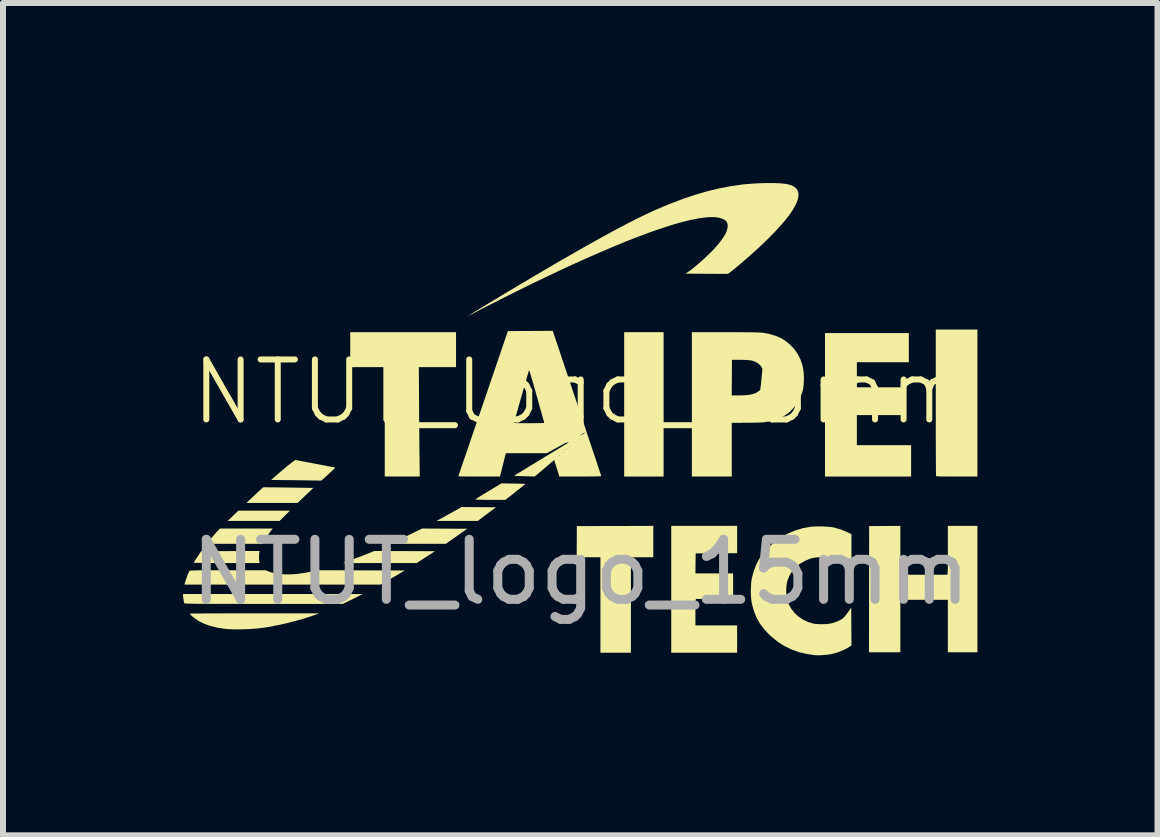
<source format=kicad_pcb>
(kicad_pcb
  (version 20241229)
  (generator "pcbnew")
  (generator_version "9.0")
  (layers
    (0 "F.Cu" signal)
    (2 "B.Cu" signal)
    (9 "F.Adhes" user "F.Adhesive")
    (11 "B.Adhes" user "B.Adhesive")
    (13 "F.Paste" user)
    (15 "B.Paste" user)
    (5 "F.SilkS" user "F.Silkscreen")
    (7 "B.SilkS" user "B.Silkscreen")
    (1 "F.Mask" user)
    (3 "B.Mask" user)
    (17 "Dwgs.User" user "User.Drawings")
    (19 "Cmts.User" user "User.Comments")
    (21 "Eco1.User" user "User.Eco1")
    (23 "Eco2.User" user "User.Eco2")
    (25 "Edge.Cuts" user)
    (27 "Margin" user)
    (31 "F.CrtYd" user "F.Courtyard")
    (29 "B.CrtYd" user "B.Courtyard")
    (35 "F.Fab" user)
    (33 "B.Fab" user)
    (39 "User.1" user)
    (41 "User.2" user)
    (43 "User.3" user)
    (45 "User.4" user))
  (footprint "NTUT_logo_15mm"
    (layer "F.Cu")
    (at 6.626 3.982)
    (property "Reference" "NTUT_logo_15mm" (at 0 -0.5 0) (unlocked yes) (layer "F.SilkS") (effects (font (size 1 1) (thickness 0.1))))
    (attr smd)
    (fp_poly (pts (xy -1.883 -1.762) (xy -1.886 -1.758) (xy -1.89 -1.762) (xy -1.886 -1.766)) (stroke (width 0) (type solid)) (fill yes) (layer "F.SilkS"))
    (fp_poly (pts (xy -1.868 -1.769) (xy -1.871 -1.766) (xy -1.875 -1.769) (xy -1.871 -1.773)) (stroke (width 0) (type solid)) (fill yes) (layer "F.SilkS"))
    (fp_poly (pts (xy -4.931 1.563) (xy -5.016 1.648) (xy -5.45 1.648) (xy -5.883 1.648) (xy -5.793 1.563) (xy -5.704 1.477) (xy -5.274 1.477) (xy -4.845 1.477)) (stroke (width 0) (type solid)) (fill yes) (layer "F.SilkS"))
    (fp_poly (pts (xy 1.382 -0.294) (xy 1.382 0.909) (xy 1.053 0.909) (xy 0.725 0.909) (xy 0.725 -0.294) (xy 0.725 -1.497) (xy 1.053 -1.497) (xy 1.382 -1.497)) (stroke (width 0) (type solid)) (fill yes) (layer "F.SilkS"))
    (fp_poly (pts (xy -2.933 2.151) (xy -2.428 2.153) (xy -2.581 2.252) (xy -2.734 2.351) (xy -3.349 2.35) (xy -3.963 2.35) (xy -3.814 2.295) (xy -3.76 2.275) (xy -3.701 2.253) (xy -3.643 2.231) (xy -3.59 2.21) (xy -3.551 2.195) (xy -3.438 2.149)) (stroke (width 0) (type solid)) (fill yes) (layer "F.SilkS"))
    (fp_poly (pts (xy -1.699 1.419) (xy -1.411 1.421) (xy -1.563 1.534) (xy -1.714 1.648) (xy -2.058 1.648) (xy -2.401 1.648) (xy -2.24 1.56) (xy -2.192 1.533) (xy -2.146 1.508) (xy -2.104 1.484) (xy -2.069 1.465) (xy -2.042 1.45) (xy -2.032 1.444) (xy -1.986 1.417)) (stroke (width 0) (type solid)) (fill yes) (layer "F.SilkS"))
    (fp_poly (pts (xy -2.267 1.777) (xy -1.892 1.779) (xy -2.068 1.904) (xy -2.245 2.029) (xy -2.704 2.029) (xy -3.164 2.029) (xy -3.13 2.013) (xy -3.115 2.006) (xy -3.089 1.993) (xy -3.053 1.975) (xy -3.009 1.954) (xy -2.959 1.93) (xy -2.906 1.904) (xy -2.869 1.886) (xy -2.642 1.775)) (stroke (width 0) (type solid)) (fill yes) (layer "F.SilkS"))
    (fp_poly (pts (xy 1.21 1.992) (xy 1.21 2.254) (xy 1.023 2.254) (xy 0.837 2.254) (xy 0.837 3.049) (xy 0.837 3.845) (xy 0.583 3.845) (xy 0.329 3.845) (xy 0.329 3.049) (xy 0.329 2.254) (xy 0.131 2.254) (xy -0.067 2.254) (xy -0.065 1.994) (xy -0.064 1.734) (xy 0.573 1.733) (xy 1.21 1.731)) (stroke (width 0) (type solid)) (fill yes) (layer "F.SilkS"))
    (fp_poly (pts (xy 5.468 -1.239) (xy 5.468 -0.996) (xy 5.035 -0.996) (xy 4.602 -0.996) (xy 4.602 -0.787) (xy 4.602 -0.578) (xy 5.002 -0.578) (xy 5.401 -0.578) (xy 5.401 -0.346) (xy 5.401 -0.115) (xy 5.002 -0.115) (xy 4.602 -0.115) (xy 4.602 0.136) (xy 4.602 0.386) (xy 5.054 0.386) (xy 5.506 0.386) (xy 5.506 0.647) (xy 5.506 0.909) (xy 4.789 0.909) (xy 4.071 0.909) (xy 4.071 -0.286) (xy 4.071 -1.482) (xy 4.77 -1.482) (xy 5.468 -1.482)) (stroke (width 0) (type solid)) (fill yes) (layer "F.SilkS"))
    (fp_poly (pts (xy -5.355 2.173) (xy -5.358 2.199) (xy -5.36 2.233) (xy -5.36 2.27) (xy -5.358 2.304) (xy -5.355 2.326) (xy -5.349 2.351) (xy -5.898 2.351) (xy -5.987 2.351) (xy -6.072 2.35) (xy -6.151 2.35) (xy -6.223 2.349) (xy -6.287 2.349) (xy -6.342 2.348) (xy -6.387 2.347) (xy -6.42 2.346) (xy -6.44 2.345) (xy -6.447 2.344) (xy -6.443 2.336) (xy -6.432 2.318) (xy -6.416 2.292) (xy -6.396 2.261) (xy -6.385 2.245) (xy -6.324 2.153) (xy -5.837 2.151) (xy -5.349 2.149)) (stroke (width 0) (type solid)) (fill yes) (layer "F.SilkS"))
    (fp_poly (pts (xy -4.873 1.092) (xy -4.796 1.093) (xy -4.723 1.094) (xy -4.656 1.095) (xy -4.597 1.096) (xy -4.546 1.097) (xy -4.505 1.097) (xy -4.476 1.098) (xy -4.459 1.098) (xy -4.455 1.098) (xy -4.46 1.104) (xy -4.475 1.118) (xy -4.497 1.139) (xy -4.526 1.167) (xy -4.559 1.199) (xy -4.586 1.224) (xy -4.718 1.349) (xy -5.144 1.349) (xy -5.569 1.349) (xy -5.491 1.274) (xy -5.456 1.241) (xy -5.418 1.205) (xy -5.382 1.171) (xy -5.352 1.144) (xy -5.351 1.143) (xy -5.29 1.087)) (stroke (width 0) (type solid)) (fill yes) (layer "F.SilkS"))
    (fp_poly (pts (xy -2.077 -1.205) (xy -2.077 -0.914) (xy -2.387 -0.914) (xy -2.697 -0.914) (xy -2.693 -0.307) (xy -2.693 -0.203) (xy -2.692 -0.097) (xy -2.691 0.01) (xy -2.69 0.115) (xy -2.689 0.218) (xy -2.688 0.315) (xy -2.688 0.405) (xy -2.687 0.485) (xy -2.686 0.555) (xy -2.685 0.604) (xy -2.682 0.909) (xy -2.973 0.909) (xy -3.265 0.909) (xy -3.265 -0.003) (xy -3.265 -0.914) (xy -3.552 -0.914) (xy -3.84 -0.914) (xy -3.84 -1.205) (xy -3.84 -1.497) (xy -2.958 -1.497) (xy -2.077 -1.497)) (stroke (width 0) (type solid)) (fill yes) (layer "F.SilkS"))
    (fp_poly (pts (xy -5.189 1.851) (xy -5.214 1.886) (xy -5.239 1.923) (xy -5.26 1.956) (xy -5.273 1.978) (xy -5.3 2.029) (xy -5.767 2.029) (xy -5.862 2.029) (xy -5.943 2.029) (xy -6.011 2.029) (xy -6.068 2.029) (xy -6.113 2.029) (xy -6.15 2.028) (xy -6.177 2.027) (xy -6.197 2.026) (xy -6.211 2.025) (xy -6.219 2.023) (xy -6.223 2.021) (xy -6.223 2.019) (xy -6.222 2.016) (xy -6.213 2.006) (xy -6.197 1.986) (xy -6.175 1.961) (xy -6.152 1.932) (xy -6.124 1.9) (xy -6.095 1.866) (xy -6.069 1.836) (xy -6.052 1.818) (xy -6.012 1.775) (xy -5.572 1.775) (xy -5.132 1.775)) (stroke (width 0) (type solid)) (fill yes) (layer "F.SilkS"))
    (fp_poly (pts (xy 6.611 -0.316) (xy 6.611 0.909) (xy 6.269 0.909) (xy 6.187 0.909) (xy 6.12 0.909) (xy 6.065 0.908) (xy 6.021 0.908) (xy 5.987 0.907) (xy 5.962 0.906) (xy 5.944 0.905) (xy 5.932 0.903) (xy 5.925 0.901) (xy 5.922 0.898) (xy 5.921 0.897) (xy 5.921 0.888) (xy 5.92 0.866) (xy 5.92 0.829) (xy 5.919 0.781) (xy 5.919 0.72) (xy 5.919 0.649) (xy 5.918 0.567) (xy 5.918 0.476) (xy 5.918 0.377) (xy 5.917 0.269) (xy 5.917 0.155) (xy 5.917 0.034) (xy 5.917 -0.091) (xy 5.917 -0.222) (xy 5.917 -0.328) (xy 5.917 -1.541) (xy 6.264 -1.541) (xy 6.611 -1.541)) (stroke (width 0) (type solid)) (fill yes) (layer "F.SilkS"))
    (fp_poly (pts (xy -4.425 0.695) (xy -4.357 0.708) (xy -4.293 0.72) (xy -4.235 0.731) (xy -4.185 0.74) (xy -4.144 0.749) (xy -4.114 0.755) (xy -4.095 0.759) (xy -4.09 0.761) (xy -4.094 0.767) (xy -4.108 0.781) (xy -4.13 0.802) (xy -4.158 0.829) (xy -4.191 0.859) (xy -4.204 0.871) (xy -4.322 0.977) (xy -4.46 0.974) (xy -4.501 0.974) (xy -4.554 0.973) (xy -4.616 0.972) (xy -4.684 0.971) (xy -4.756 0.97) (xy -4.828 0.969) (xy -4.878 0.969) (xy -5.157 0.965) (xy -5.072 0.89) (xy -5.029 0.852) (xy -4.984 0.814) (xy -4.939 0.776) (xy -4.895 0.74) (xy -4.855 0.707) (xy -4.821 0.68) (xy -4.795 0.66) (xy -4.782 0.651) (xy -4.755 0.633)) (stroke (width 0) (type solid)) (fill yes) (layer "F.SilkS"))
    (fp_poly (pts (xy -1.121 1.026) (xy -1.068 1.027) (xy -1.02 1.028) (xy -0.98 1.029) (xy -0.949 1.03) (xy -0.928 1.031) (xy -0.921 1.031) (xy -0.926 1.036) (xy -0.941 1.049) (xy -0.964 1.067) (xy -0.993 1.091) (xy -1.027 1.118) (xy -1.063 1.146) (xy -1.099 1.175) (xy -1.134 1.203) (xy -1.166 1.228) (xy -1.193 1.249) (xy -1.205 1.258) (xy -1.257 1.298) (xy -1.506 1.297) (xy -1.566 1.297) (xy -1.62 1.296) (xy -1.667 1.295) (xy -1.706 1.294) (xy -1.735 1.293) (xy -1.752 1.292) (xy -1.756 1.291) (xy -1.749 1.286) (xy -1.732 1.274) (xy -1.704 1.256) (xy -1.669 1.234) (xy -1.626 1.207) (xy -1.578 1.178) (xy -1.537 1.153) (xy -1.319 1.022)) (stroke (width 0) (type solid)) (fill yes) (layer "F.SilkS"))
    (fp_poly (pts (xy -5.13 2.866) (xy -3.634 2.867) (xy -3.687 2.894) (xy -3.712 2.907) (xy -3.747 2.925) (xy -3.788 2.945) (xy -3.831 2.966) (xy -3.852 2.976) (xy -3.965 3.031) (xy -5.284 3.031) (xy -5.449 3.031) (xy -5.599 3.031) (xy -5.736 3.03) (xy -5.86 3.03) (xy -5.972 3.03) (xy -6.072 3.03) (xy -6.16 3.03) (xy -6.239 3.03) (xy -6.308 3.029) (xy -6.367 3.029) (xy -6.418 3.029) (xy -6.461 3.028) (xy -6.498 3.027) (xy -6.527 3.027) (xy -6.551 3.026) (xy -6.569 3.025) (xy -6.583 3.024) (xy -6.593 3.023) (xy -6.6 3.022) (xy -6.604 3.02) (xy -6.606 3.019) (xy -6.607 3.017) (xy -6.611 2.999) (xy -6.616 2.971) (xy -6.621 2.939) (xy -6.625 2.91) (xy -6.626 2.889) (xy -6.626 2.887) (xy -6.626 2.866)) (stroke (width 0) (type solid)) (fill yes) (layer "F.SilkS"))
    (fp_poly (pts (xy 2.607 1.958) (xy 2.607 2.186) (xy 2.262 2.188) (xy 1.916 2.19) (xy 1.914 2.356) (xy 1.912 2.523) (xy 2.226 2.523) (xy 2.54 2.523) (xy 2.54 2.736) (xy 2.54 2.949) (xy 2.239 2.948) (xy 2.173 2.948) (xy 2.112 2.948) (xy 2.056 2.948) (xy 2.008 2.948) (xy 1.97 2.948) (xy 1.942 2.948) (xy 1.927 2.948) (xy 1.926 2.948) (xy 1.922 2.949) (xy 1.919 2.953) (xy 1.917 2.961) (xy 1.915 2.975) (xy 1.914 2.996) (xy 1.913 3.027) (xy 1.913 3.068) (xy 1.912 3.122) (xy 1.912 3.169) (xy 1.912 3.389) (xy 2.26 3.389) (xy 2.607 3.389) (xy 2.607 3.617) (xy 2.607 3.845) (xy 2.058 3.845) (xy 1.509 3.845) (xy 1.509 2.788) (xy 1.509 1.731) (xy 2.058 1.731) (xy 2.607 1.73)) (stroke (width 0) (type solid)) (fill yes) (layer "F.SilkS"))
    (fp_poly (pts (xy -5.437 3.188) (xy -4.359 3.188) (xy -4.43 3.215) (xy -4.525 3.248) (xy -4.631 3.281) (xy -4.745 3.313) (xy -4.864 3.344) (xy -4.983 3.372) (xy -5.1 3.396) (xy -5.21 3.417) (xy -5.244 3.422) (xy -5.329 3.434) (xy -5.421 3.443) (xy -5.517 3.45) (xy -5.615 3.454) (xy -5.71 3.456) (xy -5.799 3.455) (xy -5.88 3.451) (xy -5.939 3.445) (xy -6.063 3.425) (xy -6.175 3.397) (xy -6.275 3.361) (xy -6.364 3.317) (xy -6.441 3.265) (xy -6.486 3.226) (xy -6.502 3.21) (xy -6.512 3.197) (xy -6.514 3.193) (xy -6.507 3.193) (xy -6.486 3.192) (xy -6.451 3.191) (xy -6.404 3.191) (xy -6.345 3.19) (xy -6.275 3.19) (xy -6.196 3.189) (xy -6.107 3.189) (xy -6.01 3.189) (xy -5.906 3.188) (xy -5.795 3.188) (xy -5.678 3.188) (xy -5.557 3.188)) (stroke (width 0) (type solid)) (fill yes) (layer "F.SilkS"))
    (fp_poly (pts (xy -3.652 2.472) (xy -2.932 2.474) (xy -3.059 2.55) (xy -3.105 2.577) (xy -3.152 2.604) (xy -3.197 2.631) (xy -3.236 2.653) (xy -3.261 2.667) (xy -3.336 2.709) (xy -4.969 2.709) (xy -6.603 2.709) (xy -6.589 2.663) (xy -6.578 2.626) (xy -6.565 2.588) (xy -6.551 2.551) (xy -6.537 2.519) (xy -6.526 2.495) (xy -6.517 2.482) (xy -6.517 2.481) (xy -6.514 2.479) (xy -6.507 2.478) (xy -6.496 2.476) (xy -6.481 2.475) (xy -6.459 2.474) (xy -6.431 2.473) (xy -6.395 2.472) (xy -6.351 2.471) (xy -6.296 2.471) (xy -6.231 2.471) (xy -6.155 2.471) (xy -6.067 2.471) (xy -5.965 2.471) (xy -5.877 2.471) (xy -5.248 2.471) (xy -5.195 2.493) (xy -5.135 2.513) (xy -5.07 2.527) (xy -4.997 2.536) (xy -4.914 2.539) (xy -4.897 2.539) (xy -4.835 2.539) (xy -4.778 2.536) (xy -4.721 2.531) (xy -4.662 2.523) (xy -4.596 2.513) (xy -4.519 2.499) (xy -4.504 2.496) (xy -4.373 2.47)) (stroke (width 0) (type solid)) (fill yes) (layer "F.SilkS"))
    (fp_poly (pts (xy 6.611 2.784) (xy 6.611 3.837) (xy 6.365 3.837) (xy 6.118 3.837) (xy 6.118 3.4) (xy 6.118 2.963) (xy 5.722 2.963) (xy 5.327 2.963) (xy 5.327 3.4) (xy 5.327 3.837) (xy 5.065 3.837) (xy 4.804 3.837) (xy 4.805 2.786) (xy 4.807 1.734) (xy 5.067 1.733) (xy 5.327 1.731) (xy 5.327 2.138) (xy 5.327 2.214) (xy 5.327 2.286) (xy 5.327 2.352) (xy 5.328 2.41) (xy 5.329 2.46) (xy 5.33 2.499) (xy 5.331 2.527) (xy 5.332 2.543) (xy 5.332 2.545) (xy 5.342 2.545) (xy 5.365 2.545) (xy 5.4 2.545) (xy 5.444 2.545) (xy 5.496 2.545) (xy 5.554 2.545) (xy 5.616 2.545) (xy 5.681 2.545) (xy 5.748 2.545) (xy 5.813 2.545) (xy 5.876 2.545) (xy 5.935 2.545) (xy 5.988 2.545) (xy 6.033 2.545) (xy 6.069 2.545) (xy 6.093 2.545) (xy 6.105 2.545) (xy 6.105 2.545) (xy 6.108 2.544) (xy 6.111 2.541) (xy 6.113 2.535) (xy 6.114 2.524) (xy 6.115 2.508) (xy 6.116 2.485) (xy 6.117 2.454) (xy 6.118 2.413) (xy 6.118 2.363) (xy 6.118 2.301) (xy 6.118 2.226) (xy 6.118 2.138) (xy 6.118 1.731) (xy 6.365 1.731) (xy 6.611 1.731)) (stroke (width 0) (type solid)) (fill yes) (layer "F.SilkS"))
    (fp_poly (pts (xy 2.407 -1.497) (xy 2.519 -1.496) (xy 2.616 -1.496) (xy 2.701 -1.496) (xy 2.774 -1.495) (xy 2.836 -1.495) (xy 2.889 -1.494) (xy 2.932 -1.493) (xy 2.968 -1.491) (xy 2.998 -1.49) (xy 3.022 -1.488) (xy 3.041 -1.486) (xy 3.043 -1.486) (xy 3.153 -1.465) (xy 3.252 -1.435) (xy 3.343 -1.395) (xy 3.424 -1.343) (xy 3.491 -1.288) (xy 3.561 -1.212) (xy 3.619 -1.129) (xy 3.664 -1.039) (xy 3.696 -0.941) (xy 3.713 -0.849) (xy 3.718 -0.794) (xy 3.72 -0.733) (xy 3.718 -0.669) (xy 3.714 -0.607) (xy 3.706 -0.552) (xy 3.698 -0.514) (xy 3.673 -0.441) (xy 3.637 -0.366) (xy 3.591 -0.293) (xy 3.539 -0.226) (xy 3.483 -0.168) (xy 3.47 -0.157) (xy 3.404 -0.11) (xy 3.326 -0.069) (xy 3.239 -0.036) (xy 3.146 -0.01) (xy 3.059 0.004) (xy 3.035 0.006) (xy 2.998 0.008) (xy 2.951 0.01) (xy 2.896 0.011) (xy 2.837 0.012) (xy 2.776 0.012) (xy 2.755 0.012) (xy 2.518 0.012) (xy 2.518 0.461) (xy 2.518 0.909) (xy 2.185 0.909) (xy 1.853 0.909) (xy 1.853 -0.294) (xy 1.853 -0.443) (xy 2.517 -0.443) (xy 2.624 -0.443) (xy 2.669 -0.444) (xy 2.716 -0.445) (xy 2.758 -0.448) (xy 2.79 -0.451) (xy 2.793 -0.451) (xy 2.865 -0.465) (xy 2.925 -0.487) (xy 2.973 -0.519) (xy 3.01 -0.56) (xy 3.037 -0.611) (xy 3.054 -0.672) (xy 3.057 -0.689) (xy 3.061 -0.759) (xy 3.053 -0.824) (xy 3.033 -0.882) (xy 3.001 -0.933) (xy 2.979 -0.957) (xy 2.951 -0.98) (xy 2.922 -0.998) (xy 2.89 -1.012) (xy 2.853 -1.023) (xy 2.808 -1.03) (xy 2.754 -1.034) (xy 2.688 -1.036) (xy 2.66 -1.036) (xy 2.521 -1.037) (xy 2.519 -0.74) (xy 2.517 -0.443) (xy 1.853 -0.443) (xy 1.853 -1.497)) (stroke (width 0) (type solid)) (fill yes) (layer "F.SilkS"))
    (fp_poly (pts (xy 4.047 1.741) (xy 4.104 1.744) (xy 4.156 1.748) (xy 4.197 1.754) (xy 4.212 1.756) (xy 4.329 1.789) (xy 4.44 1.834) (xy 4.447 1.837) (xy 4.512 1.868) (xy 4.512 2.2) (xy 4.512 2.269) (xy 4.512 2.333) (xy 4.511 2.39) (xy 4.51 2.439) (xy 4.509 2.478) (xy 4.508 2.507) (xy 4.507 2.523) (xy 4.506 2.526) (xy 4.499 2.517) (xy 4.486 2.499) (xy 4.468 2.474) (xy 4.447 2.444) (xy 4.445 2.442) (xy 4.414 2.399) (xy 4.386 2.367) (xy 4.358 2.342) (xy 4.327 2.323) (xy 4.289 2.305) (xy 4.272 2.299) (xy 4.216 2.278) (xy 4.165 2.265) (xy 4.115 2.257) (xy 4.059 2.253) (xy 4.015 2.252) (xy 3.945 2.255) (xy 3.883 2.263) (xy 3.826 2.277) (xy 3.768 2.3) (xy 3.732 2.317) (xy 3.651 2.364) (xy 3.581 2.42) (xy 3.524 2.486) (xy 3.479 2.559) (xy 3.446 2.641) (xy 3.443 2.654) (xy 3.433 2.701) (xy 3.427 2.757) (xy 3.425 2.817) (xy 3.427 2.875) (xy 3.433 2.928) (xy 3.439 2.956) (xy 3.468 3.038) (xy 3.51 3.114) (xy 3.564 3.182) (xy 3.628 3.241) (xy 3.702 3.291) (xy 3.784 3.331) (xy 3.873 3.358) (xy 3.881 3.36) (xy 3.909 3.364) (xy 3.948 3.367) (xy 3.994 3.369) (xy 4.027 3.369) (xy 4.097 3.367) (xy 4.158 3.359) (xy 4.215 3.345) (xy 4.273 3.324) (xy 4.305 3.309) (xy 4.336 3.294) (xy 4.362 3.277) (xy 4.385 3.256) (xy 4.41 3.229) (xy 4.437 3.194) (xy 4.464 3.156) (xy 4.508 3.091) (xy 4.51 3.406) (xy 4.512 3.721) (xy 4.496 3.734) (xy 4.452 3.763) (xy 4.397 3.791) (xy 4.336 3.818) (xy 4.272 3.842) (xy 4.209 3.86) (xy 4.179 3.867) (xy 4.136 3.874) (xy 4.085 3.88) (xy 4.031 3.884) (xy 3.979 3.887) (xy 3.933 3.887) (xy 3.903 3.885) (xy 3.764 3.865) (xy 3.634 3.834) (xy 3.512 3.79) (xy 3.397 3.734) (xy 3.289 3.666) (xy 3.187 3.584) (xy 3.126 3.527) (xy 3.048 3.441) (xy 2.983 3.353) (xy 2.93 3.259) (xy 2.889 3.158) (xy 2.858 3.047) (xy 2.849 3.004) (xy 2.841 2.951) (xy 2.837 2.888) (xy 2.835 2.819) (xy 2.837 2.749) (xy 2.841 2.683) (xy 2.848 2.624) (xy 2.853 2.6) (xy 2.884 2.483) (xy 2.925 2.376) (xy 2.979 2.276) (xy 3.045 2.183) (xy 3.125 2.095) (xy 3.126 2.093) (xy 3.227 2.003) (xy 3.336 1.925) (xy 3.451 1.86) (xy 3.573 1.808) (xy 3.699 1.77) (xy 3.83 1.746) (xy 3.834 1.745) (xy 3.877 1.742) (xy 3.93 1.74) (xy 3.988 1.739)) (stroke (width 0) (type solid)) (fill yes) (layer "F.SilkS"))
    (fp_poly (pts (xy 3.237 -3.981) (xy 3.314 -3.978) (xy 3.381 -3.972) (xy 3.432 -3.966) (xy 3.497 -3.949) (xy 3.549 -3.926) (xy 3.588 -3.895) (xy 3.615 -3.857) (xy 3.628 -3.811) (xy 3.628 -3.759) (xy 3.62 -3.717) (xy 3.599 -3.657) (xy 3.568 -3.592) (xy 3.526 -3.521) (xy 3.473 -3.444) (xy 3.408 -3.361) (xy 3.331 -3.272) (xy 3.243 -3.176) (xy 3.142 -3.073) (xy 3.043 -2.975) (xy 2.999 -2.934) (xy 2.948 -2.887) (xy 2.893 -2.837) (xy 2.834 -2.784) (xy 2.773 -2.731) (xy 2.712 -2.678) (xy 2.654 -2.628) (xy 2.599 -2.582) (xy 2.55 -2.542) (xy 2.508 -2.508) (xy 2.476 -2.484) (xy 2.454 -2.468) (xy 2.099 -2.47) (xy 1.744 -2.472) (xy 1.774 -2.49) (xy 1.811 -2.515) (xy 1.856 -2.549) (xy 1.907 -2.591) (xy 1.962 -2.637) (xy 2.019 -2.687) (xy 2.076 -2.739) (xy 2.13 -2.791) (xy 2.18 -2.84) (xy 2.224 -2.885) (xy 2.239 -2.902) (xy 2.3 -2.973) (xy 2.35 -3.037) (xy 2.389 -3.095) (xy 2.418 -3.146) (xy 2.437 -3.194) (xy 2.447 -3.238) (xy 2.449 -3.256) (xy 2.448 -3.298) (xy 2.437 -3.33) (xy 2.416 -3.355) (xy 2.383 -3.377) (xy 2.376 -3.381) (xy 2.322 -3.4) (xy 2.257 -3.412) (xy 2.179 -3.415) (xy 2.089 -3.41) (xy 1.987 -3.397) (xy 1.874 -3.376) (xy 1.749 -3.347) (xy 1.613 -3.311) (xy 1.465 -3.266) (xy 1.306 -3.214) (xy 1.137 -3.155) (xy 0.956 -3.087) (xy 0.765 -3.013) (xy 0.563 -2.93) (xy 0.352 -2.84) (xy 0.13 -2.743) (xy -0.102 -2.639) (xy -0.344 -2.527) (xy -0.596 -2.408) (xy -0.857 -2.282) (xy -1.023 -2.2) (xy -1.082 -2.171) (xy -1.146 -2.139) (xy -1.215 -2.104) (xy -1.287 -2.068) (xy -1.361 -2.031) (xy -1.435 -1.993) (xy -1.506 -1.957) (xy -1.574 -1.922) (xy -1.637 -1.89) (xy -1.694 -1.861) (xy -1.742 -1.836) (xy -1.779 -1.816) (xy -1.805 -1.802) (xy -1.806 -1.802) (xy -1.831 -1.789) (xy -1.85 -1.779) (xy -1.859 -1.776) (xy -1.86 -1.776) (xy -1.854 -1.781) (xy -1.838 -1.792) (xy -1.814 -1.807) (xy -1.784 -1.826) (xy -1.784 -1.826) (xy -1.518 -1.987) (xy -1.265 -2.14) (xy -1.023 -2.284) (xy -0.793 -2.421) (xy -0.574 -2.549) (xy -0.367 -2.671) (xy -0.17 -2.784) (xy 0.016 -2.89) (xy 0.192 -2.989) (xy 0.357 -3.081) (xy 0.513 -3.166) (xy 0.659 -3.244) (xy 0.796 -3.316) (xy 0.924 -3.381) (xy 1.043 -3.439) (xy 1.153 -3.492) (xy 1.255 -3.538) (xy 1.259 -3.54) (xy 1.483 -3.634) (xy 1.701 -3.717) (xy 1.911 -3.787) (xy 2.116 -3.847) (xy 2.317 -3.895) (xy 2.514 -3.932) (xy 2.697 -3.958) (xy 2.785 -3.966) (xy 2.877 -3.973) (xy 2.97 -3.978) (xy 3.063 -3.981) (xy 3.153 -3.982)) (stroke (width 0) (type solid)) (fill yes) (layer "F.SilkS"))
    (fp_poly (pts (xy -0.061 -0.311) (xy -0.017 -0.181) (xy 0.025 -0.055) (xy 0.065 0.066) (xy 0.104 0.183) (xy 0.141 0.293) (xy 0.175 0.396) (xy 0.207 0.492) (xy 0.237 0.58) (xy 0.263 0.659) (xy 0.286 0.728) (xy 0.305 0.787) (xy 0.321 0.834) (xy 0.333 0.87) (xy 0.34 0.893) (xy 0.344 0.903) (xy 0.344 0.903) (xy 0.336 0.904) (xy 0.316 0.905) (xy 0.283 0.906) (xy 0.24 0.907) (xy 0.187 0.908) (xy 0.127 0.908) (xy 0.061 0.909) (xy -0.006 0.909) (xy -0.356 0.909) (xy -0.371 0.858) (xy -0.38 0.83) (xy -0.392 0.793) (xy -0.404 0.752) (xy -0.414 0.721) (xy -0.441 0.633) (xy -0.603 0.771) (xy -0.766 0.908) (xy -0.938 0.904) (xy -0.987 0.902) (xy -1.03 0.901) (xy -1.067 0.9) (xy -1.093 0.899) (xy -1.109 0.898) (xy -1.111 0.898) (xy -1.105 0.894) (xy -1.088 0.883) (xy -1.06 0.865) (xy -1.022 0.842) (xy -0.976 0.814) (xy -0.922 0.781) (xy -0.863 0.745) (xy -0.798 0.705) (xy -0.729 0.663) (xy -0.657 0.619) (xy -0.584 0.574) (xy -0.568 0.565) (xy -0.357 0.565) (xy -0.356 0.565) (xy -0.349 0.56) (xy -0.347 0.558) (xy -0.345 0.551) (xy -0.346 0.55) (xy -0.353 0.556) (xy -0.355 0.558) (xy -0.357 0.565) (xy -0.568 0.565) (xy -0.509 0.529) (xy -0.482 0.512) (xy -0.297 0.512) (xy -0.296 0.513) (xy -0.289 0.508) (xy -0.288 0.505) (xy -0.286 0.498) (xy -0.287 0.498) (xy -0.294 0.503) (xy -0.295 0.505) (xy -0.297 0.512) (xy -0.482 0.512) (xy -0.435 0.484) (xy -0.396 0.46) (xy -0.237 0.46) (xy -0.236 0.461) (xy -0.229 0.455) (xy -0.228 0.453) (xy -0.226 0.446) (xy -0.227 0.446) (xy -0.234 0.451) (xy -0.235 0.453) (xy -0.237 0.46) (xy -0.396 0.46) (xy -0.363 0.44) (xy -0.305 0.405) (xy -0.179 0.405) (xy -0.176 0.408) (xy -0.172 0.405) (xy -0.176 0.401) (xy -0.179 0.405) (xy -0.305 0.405) (xy -0.293 0.397) (xy -0.226 0.357) (xy -0.206 0.345) (xy -0.112 0.345) (xy -0.108 0.349) (xy -0.105 0.345) (xy -0.108 0.341) (xy -0.112 0.345) (xy -0.206 0.345) (xy -0.164 0.319) (xy -0.109 0.286) (xy -0.108 0.285) (xy -0.045 0.285) (xy -0.041 0.289) (xy -0.037 0.285) (xy -0.041 0.281) (xy -0.045 0.285) (xy -0.108 0.285) (xy -0.059 0.256) (xy -0.018 0.231) (xy 0.014 0.212) (xy 0.035 0.199) (xy 0.046 0.193) (xy 0.047 0.193) (xy 0.051 0.195) (xy 0.048 0.199) (xy 0.047 0.205) (xy 0.052 0.203) (xy 0.058 0.196) (xy 0.057 0.194) (xy 0.058 0.186) (xy 0.065 0.179) (xy 0.069 0.176) (xy 0.071 0.174) (xy 0.071 0.173) (xy 0.069 0.174) (xy 0.063 0.177) (xy 0.051 0.183) (xy 0.034 0.192) (xy 0.01 0.205) (xy -0.021 0.222) (xy -0.062 0.245) (xy -0.112 0.272) (xy -0.173 0.306) (xy -0.246 0.346) (xy -0.277 0.362) (xy -0.565 0.52) (xy -0.906 0.52) (xy -1.247 0.52) (xy -1.254 0.548) (xy -1.259 0.565) (xy -1.266 0.592) (xy -1.275 0.629) (xy -1.285 0.671) (xy -1.296 0.715) (xy -1.307 0.76) (xy -1.318 0.802) (xy -1.327 0.838) (xy -1.334 0.866) (xy -1.338 0.881) (xy -1.345 0.909) (xy -1.693 0.909) (xy -1.774 0.909) (xy -1.841 0.909) (xy -1.896 0.909) (xy -1.94 0.908) (xy -1.974 0.907) (xy -1.999 0.907) (xy -2.016 0.905) (xy -2.028 0.904) (xy -2.034 0.902) (xy -2.036 0.899) (xy -2.036 0.896) (xy -2.036 0.896) (xy -2.033 0.887) (xy -2.026 0.866) (xy -2.014 0.831) (xy -1.998 0.785) (xy -1.979 0.727) (xy -1.956 0.659) (xy -1.929 0.582) (xy -1.899 0.495) (xy -1.867 0.4) (xy -1.832 0.297) (xy -1.795 0.188) (xy -1.787 0.166) (xy 0.082 0.166) (xy 0.086 0.169) (xy 0.09 0.166) (xy 0.086 0.162) (xy 0.082 0.166) (xy -1.787 0.166) (xy -1.755 0.073) (xy -1.734 0.01) (xy -1.11 0.01) (xy -1.108 0.013) (xy -1.101 0.015) (xy -1.089 0.017) (xy -1.07 0.018) (xy -1.042 0.019) (xy -1.005 0.02) (xy -0.956 0.02) (xy -0.894 0.02) (xy -0.859 0.02) (xy -0.788 0.02) (xy -0.73 0.019) (xy -0.686 0.019) (xy -0.652 0.018) (xy -0.629 0.016) (xy -0.614 0.015) (xy -0.608 0.012) (xy -0.607 0.011) (xy -0.61 0.002) (xy -0.616 -0.02) (xy -0.626 -0.054) (xy -0.638 -0.098) (xy -0.653 -0.151) (xy -0.671 -0.213) (xy -0.69 -0.281) (xy -0.71 -0.355) (xy -0.732 -0.433) (xy -0.733 -0.434) (xy -0.754 -0.511) (xy -0.775 -0.584) (xy -0.794 -0.651) (xy -0.812 -0.711) (xy -0.827 -0.763) (xy -0.84 -0.806) (xy -0.85 -0.837) (xy -0.856 -0.857) (xy -0.859 -0.864) (xy -0.859 -0.864) (xy -0.862 -0.855) (xy -0.869 -0.834) (xy -0.879 -0.801) (xy -0.892 -0.758) (xy -0.907 -0.705) (xy -0.925 -0.644) (xy -0.944 -0.577) (xy -0.965 -0.504) (xy -0.985 -0.432) (xy -1.007 -0.355) (xy -1.028 -0.282) (xy -1.047 -0.214) (xy -1.065 -0.153) (xy -1.08 -0.1) (xy -1.092 -0.056) (xy -1.102 -0.023) (xy -1.108 -0.001) (xy -1.11 0.007) (xy -1.11 0.01) (xy -1.734 0.01) (xy -1.714 -0.047) (xy -1.671 -0.173) (xy -1.627 -0.301) (xy -1.622 -0.316) (xy -1.213 -1.515) (xy -0.839 -1.517) (xy -0.465 -1.519)) (stroke (width 0) (type solid)) (fill yes) (layer "F.SilkS"))
    (fp_text user "${REFERENCE}" (at 0 2.5 0) (unlocked yes) (layer "F.Fab") (effects (font (size 1 1) (thickness 0.15)))))
  (gr_rect
    (start -3 -3)
    (end 16.238 10.869)
    (stroke (width 0.1) (type default))
    (fill no)
    (layer "Edge.Cuts")))
</source>
